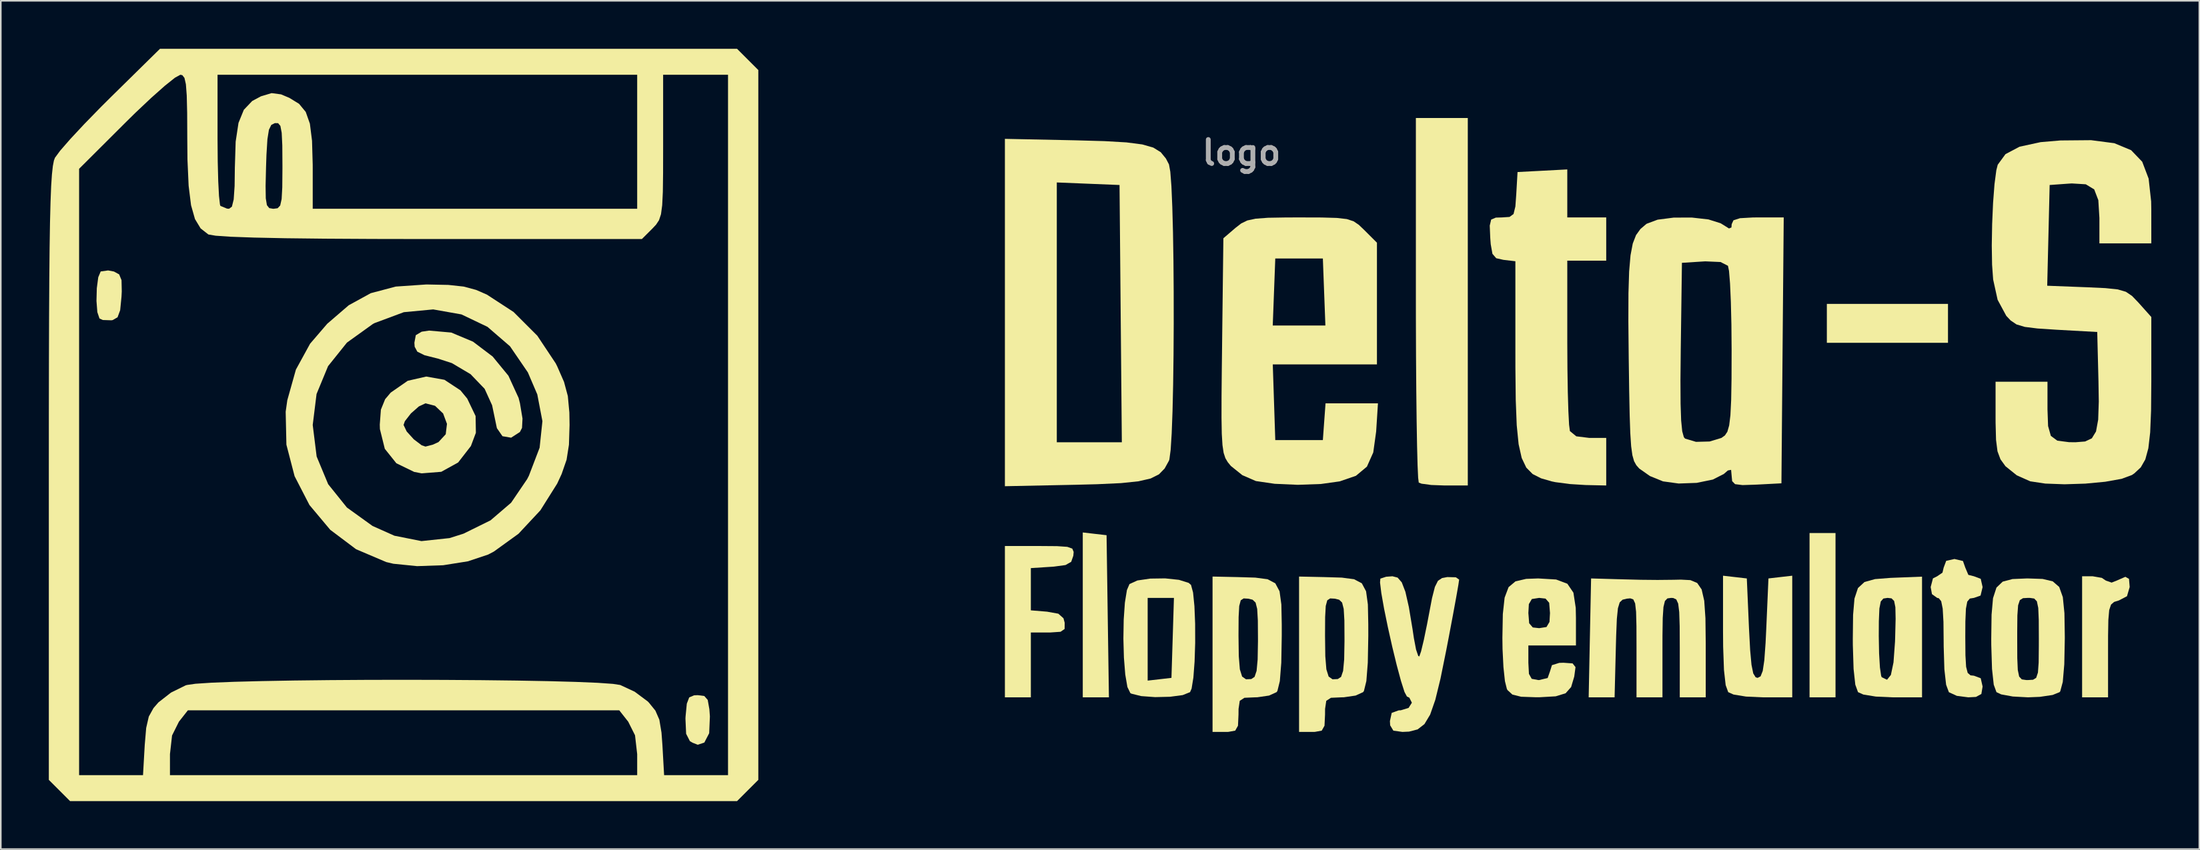
<source format=kicad_pcb>
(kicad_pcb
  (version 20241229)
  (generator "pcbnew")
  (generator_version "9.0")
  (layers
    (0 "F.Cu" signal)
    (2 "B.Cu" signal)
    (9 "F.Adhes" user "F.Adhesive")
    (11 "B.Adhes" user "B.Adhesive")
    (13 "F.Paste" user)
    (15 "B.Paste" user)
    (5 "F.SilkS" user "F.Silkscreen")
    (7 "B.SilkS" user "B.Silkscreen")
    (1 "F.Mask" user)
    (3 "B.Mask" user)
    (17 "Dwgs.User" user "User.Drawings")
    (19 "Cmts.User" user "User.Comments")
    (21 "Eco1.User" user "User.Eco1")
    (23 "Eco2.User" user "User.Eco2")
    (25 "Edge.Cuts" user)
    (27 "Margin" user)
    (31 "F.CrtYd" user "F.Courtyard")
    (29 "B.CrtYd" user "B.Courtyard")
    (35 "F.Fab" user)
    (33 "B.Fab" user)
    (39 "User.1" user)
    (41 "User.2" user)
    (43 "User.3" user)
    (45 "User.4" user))
  (footprint "logo"
    (layer "F.Cu")
    (at 68.904 23.509)
    (property "Reference" "logo" (at 5.588 -17.018 0) (layer "F.Fab") (effects (font (size 1.5 1.5) (thickness 0.3))))
    (attr board_only exclude_from_pos_files exclude_from_bom)
    (fp_poly (pts (xy -3.58 6.805) (xy -2.837 6.89) (xy -2.764 11.957) (xy -2.69 17.023) (xy -3.507 17.023) (xy -4.323 17.023) (xy -4.323 11.871) (xy -4.323 6.719)) (stroke (width 0) (type solid)) (fill yes) (layer "F.SilkS"))
    (fp_poly (pts (xy 42.694 11.889) (xy 42.694 17.023) (xy 41.883 17.023) (xy 41.072 17.023) (xy 41.072 11.889) (xy 41.072 6.755) (xy 41.883 6.755) (xy 42.694 6.755)) (stroke (width 0) (type solid)) (fill yes) (layer "F.SilkS"))
    (fp_poly (pts (xy 49.719 -6.35) (xy 49.719 -5.134) (xy 45.936 -5.134) (xy 42.153 -5.134) (xy 42.153 -6.35) (xy 42.153 -7.566) (xy 45.936 -7.566) (xy 49.719 -7.566)) (stroke (width 0) (type solid)) (fill yes) (layer "F.SilkS"))
    (fp_poly (pts (xy -27.964 16.94) (xy -27.749 17.186) (xy -27.646 17.766) (xy -27.613 18.213) (xy -27.658 19.267) (xy -27.961 19.851) (xy -28.372 19.987) (xy -28.691 19.862) (xy -28.862 19.763) (xy -29.098 19.301) (xy -29.14 18.349) (xy -29.132 18.213) (xy -29.055 17.419) (xy -28.905 17.027) (xy -28.601 16.898) (xy -28.372 16.888)) (stroke (width 0) (type solid)) (fill yes) (layer "F.SilkS"))
    (fp_poly (pts (xy 19.726 -7.701) (xy 19.726 3.783) (xy 18.284 3.783) (xy 17.443 3.752) (xy 16.84 3.671) (xy 16.663 3.603) (xy 16.625 3.303) (xy 16.589 2.519) (xy 16.557 1.309) (xy 16.53 -0.27) (xy 16.508 -2.16) (xy 16.492 -4.306) (xy 16.484 -6.649) (xy 16.483 -7.881) (xy 16.483 -19.185) (xy 18.104 -19.185) (xy 19.726 -19.185)) (stroke (width 0) (type solid)) (fill yes) (layer "F.SilkS"))
    (fp_poly (pts (xy -64.835 -9.588) (xy -64.511 -9.41) (xy -64.363 -9.048) (xy -64.348 -8.351) (xy -64.365 -8.016) (xy -64.448 -7.172) (xy -64.611 -6.73) (xy -64.912 -6.556) (xy -64.997 -6.541) (xy -65.534 -6.559) (xy -65.74 -6.654) (xy -65.874 -7.051) (xy -65.928 -7.752) (xy -65.907 -8.548) (xy -65.817 -9.231) (xy -65.665 -9.591) (xy -65.659 -9.594) (xy -65.202 -9.657)) (stroke (width 0) (type solid)) (fill yes) (layer "F.SilkS"))
    (fp_poly (pts (xy 59.328 9.557) (xy 59.582 9.728) (xy 59.941 9.852) (xy 60.256 9.728) (xy 60.798 9.491) (xy 61.025 9.62) (xy 61.068 10.128) (xy 60.899 10.704) (xy 60.393 10.968) (xy 60.096 11.061) (xy 59.903 11.228) (xy 59.789 11.569) (xy 59.735 12.186) (xy 59.718 13.176) (xy 59.717 14.08) (xy 59.717 17.023) (xy 58.906 17.023) (xy 58.096 17.023) (xy 58.096 13.24) (xy 58.096 9.457) (xy 58.755 9.457)) (stroke (width 0) (type solid)) (fill yes) (layer "F.SilkS"))
    (fp_poly (pts (xy -43.768 -5.775) (xy -42.41 -5.206) (xy -41.183 -4.277) (xy -40.198 -3.077) (xy -39.563 -1.693) (xy -39.477 -1.356) (xy -39.318 -0.399) (xy -39.348 0.185) (xy -39.48 0.44) (xy -40.029 0.796) (xy -40.57 0.703) (xy -40.916 0.202) (xy -40.932 0.135) (xy -41.105 -0.697) (xy -41.216 -1.229) (xy -41.684 -2.259) (xy -42.564 -3.175) (xy -43.729 -3.865) (xy -44.585 -4.142) (xy -45.44 -4.359) (xy -45.887 -4.58) (xy -46.054 -4.889) (xy -46.071 -5.14) (xy -45.983 -5.61) (xy -45.615 -5.829) (xy -45.15 -5.897)) (stroke (width 0) (type solid)) (fill yes) (layer "F.SilkS"))
    (fp_poly (pts (xy 39.991 13.222) (xy 39.991 17.023) (xy 38.154 17.023) (xy 37.104 16.976) (xy 36.326 16.849) (xy 35.992 16.699) (xy 35.833 16.262) (xy 35.727 15.317) (xy 35.675 13.852) (xy 35.668 12.898) (xy 35.668 9.422) (xy 36.411 9.507) (xy 37.154 9.593) (xy 37.289 12.7) (xy 37.362 14.075) (xy 37.446 14.991) (xy 37.556 15.529) (xy 37.706 15.771) (xy 37.83 15.807) (xy 38.013 15.712) (xy 38.148 15.372) (xy 38.247 14.706) (xy 38.325 13.633) (xy 38.37 12.7) (xy 38.505 9.593) (xy 39.248 9.507) (xy 39.991 9.422)) (stroke (width 0) (type solid)) (fill yes) (layer "F.SilkS"))
    (fp_poly (pts (xy -5.93 7.574) (xy -5.289 7.618) (xy -4.978 7.728) (xy -4.892 7.935) (xy -4.913 8.174) (xy -5.046 8.554) (xy -5.402 8.756) (xy -6.13 8.854) (xy -6.282 8.864) (xy -7.566 8.947) (xy -7.566 10.267) (xy -7.566 11.587) (xy -6.553 11.67) (xy -5.85 11.796) (xy -5.528 12.082) (xy -5.453 12.362) (xy -5.457 12.751) (xy -5.71 12.926) (xy -6.347 12.97) (xy -6.466 12.97) (xy -7.566 12.97) (xy -7.566 14.997) (xy -7.566 17.023) (xy -8.377 17.023) (xy -9.187 17.023) (xy -9.187 12.295) (xy -9.187 7.566) (xy -7.007 7.566)) (stroke (width 0) (type solid)) (fill yes) (layer "F.SilkS"))
    (fp_poly (pts (xy -44.195 -2.823) (xy -43.195 -2.164) (xy -42.771 -1.649) (xy -42.248 -0.557) (xy -42.23 0.489) (xy -42.541 1.317) (xy -43.338 2.346) (xy -44.392 2.928) (xy -45.618 3.025) (xy -46.086 2.934) (xy -47.197 2.394) (xy -47.919 1.491) (xy -48.224 0.261) (xy -48.232 0) (xy -46.747 0) (xy -46.552 0.407) (xy -46.107 0.898) (xy -45.617 1.27) (xy -45.378 1.351) (xy -44.922 1.233) (xy -44.567 1.071) (xy -44.114 0.582) (xy -44.036 -0.069) (xy -44.277 -0.717) (xy -44.783 -1.198) (xy -45.378 -1.351) (xy -45.79 -1.159) (xy -46.288 -0.72) (xy -46.665 -0.236) (xy -46.747 0) (xy -48.232 0) (xy -48.233 -0.016) (xy -48.163 -0.957) (xy -47.9 -1.607) (xy -47.55 -2.022) (xy -46.486 -2.761) (xy -45.33 -3.025)) (stroke (width 0) (type solid)) (fill yes) (layer "F.SilkS"))
    (fp_poly (pts (xy 1.683 9.68) (xy 2.29 9.87) (xy 2.438 9.998) (xy 2.566 10.472) (xy 2.651 11.325) (xy 2.695 12.421) (xy 2.698 13.621) (xy 2.661 14.789) (xy 2.586 15.787) (xy 2.475 16.476) (xy 2.378 16.699) (xy 1.921 16.883) (xy 1.127 16.988) (xy 0.195 17.01) (xy -0.676 16.946) (xy -1.289 16.793) (xy -1.351 16.759) (xy -1.535 16.381) (xy -1.669 15.599) (xy -1.753 14.546) (xy -1.786 13.358) (xy -1.766 12.167) (xy -1.693 11.109) (xy -1.645 10.809) (xy -0.27 10.809) (xy -0.27 13.393) (xy -0.27 15.978) (xy 0.473 15.893) (xy 1.216 15.807) (xy 1.294 13.308) (xy 1.371 10.809) (xy 0.551 10.809) (xy -0.27 10.809) (xy -1.645 10.809) (xy -1.565 10.316) (xy -1.405 9.944) (xy -0.909 9.719) (xy -0.104 9.602) (xy 0.822 9.589)) (stroke (width 0) (type solid)) (fill yes) (layer "F.SilkS"))
    (fp_poly (pts (xy 48.098 13.252) (xy 48.098 17.023) (xy 46.26 17.023) (xy 45.211 16.976) (xy 44.432 16.849) (xy 44.099 16.699) (xy 43.93 16.234) (xy 43.822 15.247) (xy 43.776 13.752) (xy 43.774 13.355) (xy 43.776 13.195) (xy 45.396 13.195) (xy 45.416 14.284) (xy 45.468 15.158) (xy 45.545 15.683) (xy 45.582 15.768) (xy 45.911 15.924) (xy 46.153 15.623) (xy 46.316 14.841) (xy 46.41 13.551) (xy 46.419 13.286) (xy 46.448 12.12) (xy 46.433 11.391) (xy 46.354 10.998) (xy 46.193 10.838) (xy 45.946 10.809) (xy 45.683 10.848) (xy 45.52 11.034) (xy 45.434 11.472) (xy 45.401 12.266) (xy 45.396 13.195) (xy 43.776 13.195) (xy 43.791 11.876) (xy 43.878 10.851) (xy 44.096 10.193) (xy 44.504 9.816) (xy 45.16 9.634) (xy 46.123 9.558) (xy 46.369 9.548) (xy 48.098 9.481)) (stroke (width 0) (type solid)) (fill yes) (layer "F.SilkS"))
    (fp_poly (pts (xy -4.796 -17.79) (xy -2.965 -17.739) (xy -1.595 -17.66) (xy -0.606 -17.532) (xy 0.081 -17.335) (xy 0.547 -17.047) (xy 0.871 -16.65) (xy 1.062 -16.282) (xy 1.144 -15.829) (xy 1.214 -14.917) (xy 1.269 -13.628) (xy 1.312 -12.042) (xy 1.341 -10.241) (xy 1.356 -8.307) (xy 1.358 -6.32) (xy 1.346 -4.361) (xy 1.321 -2.513) (xy 1.283 -0.857) (xy 1.231 0.527) (xy 1.166 1.557) (xy 1.087 2.152) (xy 1.062 2.231) (xy 0.791 2.721) (xy 0.436 3.086) (xy -0.084 3.346) (xy -0.847 3.522) (xy -1.934 3.635) (xy -3.423 3.704) (xy -4.796 3.739) (xy -9.187 3.829) (xy -9.187 -7.026) (xy -9.187 -15.156) (xy -5.945 -15.156) (xy -5.945 -7.037) (xy -5.945 1.081) (xy -3.914 1.081) (xy -1.883 1.081) (xy -1.955 -6.958) (xy -2.027 -14.997) (xy -3.986 -15.076) (xy -5.945 -15.156) (xy -9.187 -15.156) (xy -9.187 -17.881)) (stroke (width 0) (type solid)) (fill yes) (layer "F.SilkS"))
    (fp_poly (pts (xy 50.654 8.503) (xy 50.8 8.917) (xy 50.991 9.369) (xy 51.34 9.457) (xy 51.764 9.616) (xy 51.881 10.133) (xy 51.754 10.663) (xy 51.34 10.809) (xy 51.084 10.849) (xy 50.924 11.04) (xy 50.839 11.483) (xy 50.805 12.282) (xy 50.8 13.24) (xy 50.809 14.396) (xy 50.851 15.114) (xy 50.95 15.497) (xy 51.127 15.649) (xy 51.34 15.672) (xy 51.764 15.831) (xy 51.881 16.348) (xy 51.804 16.814) (xy 51.467 16.998) (xy 50.989 17.023) (xy 50.273 16.931) (xy 49.781 16.706) (xy 49.773 16.699) (xy 49.602 16.235) (xy 49.493 15.267) (xy 49.45 13.828) (xy 49.449 13.592) (xy 49.436 12.31) (xy 49.389 11.481) (xy 49.295 11.016) (xy 49.142 10.827) (xy 49.044 10.809) (xy 48.718 10.574) (xy 48.638 10.133) (xy 48.779 9.59) (xy 49.044 9.457) (xy 49.374 9.232) (xy 49.449 8.917) (xy 49.607 8.493) (xy 50.124 8.377)) (stroke (width 0) (type solid)) (fill yes) (layer "F.SilkS"))
    (fp_poly (pts (xy 29.183 9.643) (xy 30.528 9.677) (xy 31.578 9.687) (xy 32.579 9.677) (xy 33.026 9.667) (xy 33.629 9.698) (xy 34.054 9.876) (xy 34.332 10.28) (xy 34.494 10.987) (xy 34.569 12.075) (xy 34.587 13.623) (xy 34.587 13.679) (xy 34.587 17.023) (xy 33.777 17.023) (xy 32.966 17.023) (xy 32.966 13.916) (xy 32.96 12.581) (xy 32.932 11.695) (xy 32.867 11.166) (xy 32.747 10.903) (xy 32.558 10.816) (xy 32.426 10.809) (xy 32.193 10.841) (xy 32.039 11.001) (xy 31.947 11.379) (xy 31.902 12.067) (xy 31.886 13.156) (xy 31.885 13.916) (xy 31.885 17.023) (xy 31.074 17.023) (xy 30.264 17.023) (xy 30.264 13.897) (xy 30.26 12.561) (xy 30.237 11.676) (xy 30.178 11.153) (xy 30.063 10.903) (xy 29.876 10.837) (xy 29.656 10.857) (xy 29.392 10.922) (xy 29.214 11.09) (xy 29.103 11.456) (xy 29.036 12.118) (xy 28.993 13.169) (xy 28.971 13.984) (xy 28.895 17.023) (xy 28.086 17.023) (xy 27.276 17.023) (xy 27.351 13.308) (xy 27.427 9.593)) (stroke (width 0) (type solid)) (fill yes) (layer "F.SilkS"))
    (fp_poly (pts (xy 5.337 9.508) (xy 6.452 9.541) (xy 7.219 9.642) (xy 7.703 9.898) (xy 7.968 10.395) (xy 8.081 11.22) (xy 8.106 12.46) (xy 8.106 13.18) (xy 8.076 14.859) (xy 7.986 16.007) (xy 7.835 16.623) (xy 7.782 16.699) (xy 7.313 16.913) (xy 6.577 17.02) (xy 6.431 17.023) (xy 5.774 17.052) (xy 5.482 17.241) (xy 5.407 17.747) (xy 5.404 18.104) (xy 5.372 18.797) (xy 5.199 19.105) (xy 4.768 19.183) (xy 4.594 19.185) (xy 3.783 19.185) (xy 3.783 14.33) (xy 3.783 13.177) (xy 5.404 13.177) (xy 5.421 14.451) (xy 5.488 15.272) (xy 5.63 15.725) (xy 5.873 15.896) (xy 6.202 15.881) (xy 6.407 15.745) (xy 6.534 15.37) (xy 6.6 14.658) (xy 6.62 13.514) (xy 6.62 13.372) (xy 6.612 12.218) (xy 6.571 11.497) (xy 6.471 11.101) (xy 6.285 10.923) (xy 6.012 10.857) (xy 5.723 10.841) (xy 5.544 10.961) (xy 5.449 11.316) (xy 5.411 12.008) (xy 5.404 13.138) (xy 5.404 13.177) (xy 3.783 13.177) (xy 3.783 9.475)) (stroke (width 0) (type solid)) (fill yes) (layer "F.SilkS"))
    (fp_poly (pts (xy 10.741 9.508) (xy 11.857 9.541) (xy 12.624 9.642) (xy 13.107 9.898) (xy 13.372 10.395) (xy 13.485 11.22) (xy 13.51 12.46) (xy 13.511 13.18) (xy 13.48 14.859) (xy 13.39 16.007) (xy 13.239 16.623) (xy 13.186 16.699) (xy 12.718 16.913) (xy 11.981 17.02) (xy 11.835 17.023) (xy 11.178 17.052) (xy 10.886 17.241) (xy 10.811 17.747) (xy 10.809 18.104) (xy 10.776 18.797) (xy 10.603 19.105) (xy 10.172 19.183) (xy 9.998 19.185) (xy 9.187 19.185) (xy 9.187 14.33) (xy 9.187 13.177) (xy 10.809 13.177) (xy 10.825 14.451) (xy 10.892 15.272) (xy 11.034 15.725) (xy 11.277 15.896) (xy 11.606 15.881) (xy 11.811 15.745) (xy 11.938 15.37) (xy 12.004 14.658) (xy 12.024 13.514) (xy 12.024 13.372) (xy 12.017 12.218) (xy 11.975 11.497) (xy 11.875 11.101) (xy 11.69 10.923) (xy 11.416 10.857) (xy 11.127 10.841) (xy 10.948 10.961) (xy 10.853 11.316) (xy 10.815 12.008) (xy 10.809 13.138) (xy 10.809 13.177) (xy 9.187 13.177) (xy 9.187 9.475)) (stroke (width 0) (type solid)) (fill yes) (layer "F.SilkS"))
    (fp_poly (pts (xy 25.94 -14.47) (xy 25.94 -12.97) (xy 27.156 -12.97) (xy 28.372 -12.97) (xy 28.372 -11.619) (xy 28.372 -10.268) (xy 27.156 -10.268) (xy 25.94 -10.268) (xy 25.94 -5.156) (xy 25.949 -3.525) (xy 25.972 -2.063) (xy 26.008 -0.863) (xy 26.052 -0.017) (xy 26.104 0.382) (xy 26.104 0.383) (xy 26.502 0.71) (xy 27.32 0.811) (xy 28.372 0.811) (xy 28.372 2.297) (xy 28.372 3.783) (xy 27.089 3.755) (xy 26.107 3.694) (xy 25.202 3.576) (xy 24.971 3.528) (xy 24.3 3.334) (xy 23.776 3.068) (xy 23.379 2.666) (xy 23.093 2.066) (xy 22.9 1.204) (xy 22.782 0.018) (xy 22.721 -1.556) (xy 22.699 -3.581) (xy 22.698 -4.567) (xy 22.698 -10.232) (xy 21.955 -10.318) (xy 21.5 -10.421) (xy 21.265 -10.695) (xy 21.159 -11.292) (xy 21.129 -11.687) (xy 21.097 -12.46) (xy 21.186 -12.836) (xy 21.477 -12.959) (xy 21.858 -12.97) (xy 22.332 -13.001) (xy 22.583 -13.184) (xy 22.698 -13.655) (xy 22.751 -14.389) (xy 22.833 -15.807) (xy 24.387 -15.888) (xy 25.94 -15.97)) (stroke (width 0) (type solid)) (fill yes) (layer "F.SilkS"))
    (fp_poly (pts (xy 15.342 9.54) (xy 15.602 9.838) (xy 15.828 10.426) (xy 16.044 11.378) (xy 16.276 12.77) (xy 16.358 13.32) (xy 16.494 14.036) (xy 16.631 14.437) (xy 16.696 14.469) (xy 16.807 14.153) (xy 16.98 13.434) (xy 17.184 12.443) (xy 17.276 11.957) (xy 17.491 10.827) (xy 17.67 10.124) (xy 17.862 9.74) (xy 18.118 9.569) (xy 18.446 9.507) (xy 18.981 9.521) (xy 19.185 9.665) (xy 19.136 10.002) (xy 19.001 10.773) (xy 18.798 11.88) (xy 18.544 13.228) (xy 18.381 14.074) (xy 18.019 15.861) (xy 17.696 17.181) (xy 17.375 18.103) (xy 17.019 18.695) (xy 16.593 19.027) (xy 16.058 19.166) (xy 15.642 19.185) (xy 15.077 19.106) (xy 14.877 18.773) (xy 14.862 18.51) (xy 14.973 17.995) (xy 15.413 17.837) (xy 15.537 17.834) (xy 16.027 17.685) (xy 16.233 17.36) (xy 16.074 17.044) (xy 15.924 16.972) (xy 15.773 16.691) (xy 15.552 15.997) (xy 15.286 15.009) (xy 15.004 13.848) (xy 14.732 12.631) (xy 14.496 11.479) (xy 14.325 10.51) (xy 14.244 9.843) (xy 14.265 9.604) (xy 14.623 9.487) (xy 15.019 9.457)) (stroke (width 0) (type solid)) (fill yes) (layer "F.SilkS"))
    (fp_poly (pts (xy 25.242 9.659) (xy 25.945 9.924) (xy 26.323 10.481) (xy 26.468 11.428) (xy 26.481 12.058) (xy 26.481 13.781) (xy 24.995 13.781) (xy 23.509 13.781) (xy 23.509 14.862) (xy 23.545 15.558) (xy 23.719 15.868) (xy 24.125 15.942) (xy 24.184 15.943) (xy 24.714 15.816) (xy 24.86 15.402) (xy 24.981 15.013) (xy 25.438 14.87) (xy 25.704 14.862) (xy 26.273 14.903) (xy 26.454 15.136) (xy 26.375 15.726) (xy 26.18 16.381) (xy 25.835 16.77) (xy 25.217 16.96) (xy 24.206 17.018) (xy 23.991 17.019) (xy 23.055 16.986) (xy 22.51 16.85) (xy 22.208 16.572) (xy 22.167 16.501) (xy 22.046 16.014) (xy 21.952 15.133) (xy 21.896 14.007) (xy 21.887 13.31) (xy 21.914 11.823) (xy 21.921 11.754) (xy 23.509 11.754) (xy 23.559 12.394) (xy 23.786 12.656) (xy 24.184 12.7) (xy 24.641 12.629) (xy 24.828 12.311) (xy 24.86 11.754) (xy 24.809 11.115) (xy 24.582 10.853) (xy 24.184 10.809) (xy 23.727 10.879) (xy 23.54 11.197) (xy 23.509 11.754) (xy 21.921 11.754) (xy 22.026 10.793) (xy 22.273 10.137) (xy 22.705 9.774) (xy 23.372 9.62) (xy 24.121 9.593)) (stroke (width 0) (type solid)) (fill yes) (layer "F.SilkS"))
    (fp_poly (pts (xy 55.629 9.624) (xy 56.262 9.774) (xy 56.666 10.125) (xy 56.892 10.761) (xy 56.992 11.764) (xy 57.015 13.218) (xy 57.015 13.355) (xy 56.983 14.96) (xy 56.889 16.061) (xy 56.733 16.642) (xy 56.691 16.699) (xy 56.254 16.876) (xy 55.459 16.993) (xy 54.718 17.023) (xy 53.769 16.972) (xy 53.041 16.839) (xy 52.746 16.699) (xy 52.577 16.234) (xy 52.469 15.247) (xy 52.423 13.752) (xy 52.421 13.376) (xy 54.043 13.376) (xy 54.047 14.565) (xy 54.079 15.315) (xy 54.165 15.727) (xy 54.331 15.902) (xy 54.604 15.942) (xy 54.718 15.943) (xy 55.031 15.925) (xy 55.228 15.804) (xy 55.337 15.478) (xy 55.383 14.848) (xy 55.393 13.81) (xy 55.394 13.376) (xy 55.389 12.186) (xy 55.357 11.436) (xy 55.271 11.024) (xy 55.105 10.849) (xy 54.832 10.809) (xy 54.718 10.809) (xy 54.405 10.826) (xy 54.208 10.947) (xy 54.099 11.273) (xy 54.053 11.904) (xy 54.043 12.941) (xy 54.043 13.376) (xy 52.421 13.376) (xy 52.421 13.355) (xy 52.441 11.862) (xy 52.532 10.826) (xy 52.747 10.164) (xy 53.135 9.793) (xy 53.747 9.631) (xy 54.635 9.593) (xy 54.718 9.593)) (stroke (width 0) (type solid)) (fill yes) (layer "F.SilkS"))
    (fp_poly (pts (xy 10.595 -12.966) (xy 11.539 -12.939) (xy 12.167 -12.868) (xy 12.591 -12.73) (xy 12.923 -12.504) (xy 13.261 -12.18) (xy 14.051 -11.391) (xy 14.051 -7.587) (xy 14.051 -3.783) (xy 10.798 -3.783) (xy 7.545 -3.783) (xy 7.623 -1.419) (xy 7.701 0.946) (xy 9.187 0.946) (xy 10.673 0.946) (xy 10.756 -0.203) (xy 10.84 -1.351) (xy 12.477 -1.351) (xy 14.114 -1.351) (xy 14.002 0.411) (xy 13.821 1.718) (xy 13.425 2.605) (xy 12.74 3.177) (xy 11.727 3.526) (xy 10.551 3.69) (xy 9.109 3.741) (xy 7.665 3.678) (xy 6.489 3.506) (xy 5.643 3.138) (xy 4.925 2.561) (xy 4.923 2.558) (xy 4.73 2.322) (xy 4.583 2.073) (xy 4.475 1.742) (xy 4.403 1.259) (xy 4.36 0.555) (xy 4.343 -0.44) (xy 4.345 -1.793) (xy 4.362 -3.575) (xy 4.378 -4.918) (xy 4.393 -6.215) (xy 7.543 -6.215) (xy 9.187 -6.215) (xy 10.831 -6.215) (xy 10.752 -8.309) (xy 10.673 -10.403) (xy 9.187 -10.403) (xy 7.701 -10.403) (xy 7.622 -8.309) (xy 7.543 -6.215) (xy 4.393 -6.215) (xy 4.459 -11.667) (xy 5.217 -12.318) (xy 5.574 -12.595) (xy 5.956 -12.781) (xy 6.475 -12.892) (xy 7.244 -12.949) (xy 8.377 -12.968) (xy 9.223 -12.97)) (stroke (width 0) (type solid)) (fill yes) (layer "F.SilkS"))
    (fp_poly (pts (xy -43.948 -8.752) (xy -42.993 -8.649) (xy -42.216 -8.44) (xy -41.545 -8.148) (xy -39.875 -7.06) (xy -38.394 -5.579) (xy -37.245 -3.852) (xy -37.152 -3.667) (xy -36.724 -2.69) (xy -36.487 -1.807) (xy -36.391 -0.775) (xy -36.379 0) (xy -36.417 1.234) (xy -36.565 2.175) (xy -36.874 3.067) (xy -37.152 3.667) (xy -38.201 5.336) (xy -39.568 6.801) (xy -41.106 7.912) (xy -41.47 8.103) (xy -42.725 8.522) (xy -44.276 8.768) (xy -45.902 8.824) (xy -47.381 8.675) (xy -47.829 8.569) (xy -49.713 7.767) (xy -51.328 6.552) (xy -52.625 5.004) (xy -53.553 3.204) (xy -54.065 1.233) (xy -54.092 0) (xy -52.421 0) (xy -52.176 1.972) (xy -51.456 3.703) (xy -50.286 5.16) (xy -48.687 6.312) (xy -47.319 6.923) (xy -45.628 7.259) (xy -43.874 7.071) (xy -42.999 6.793) (xy -41.315 5.962) (xy -40.03 4.861) (xy -39.03 3.389) (xy -38.919 3.174) (xy -38.249 1.422) (xy -38.074 -0.236) (xy -38.394 -1.909) (xy -38.984 -3.286) (xy -40.1 -4.918) (xy -41.507 -6.133) (xy -43.13 -6.908) (xy -44.896 -7.221) (xy -46.73 -7.048) (xy -48.558 -6.367) (xy -48.668 -6.308) (xy -50.283 -5.147) (xy -51.462 -3.676) (xy -52.182 -1.934) (xy -52.421 0) (xy -54.092 0) (xy -54.11 -0.829) (xy -54.009 -1.545) (xy -53.472 -3.459) (xy -52.586 -5.077) (xy -51.517 -6.322) (xy -50.173 -7.48) (xy -48.795 -8.236) (xy -47.234 -8.649) (xy -45.336 -8.779) (xy -45.261 -8.779)) (stroke (width 0) (type solid)) (fill yes) (layer "F.SilkS"))
    (fp_poly (pts (xy 39.387 -4.661) (xy 39.316 3.648) (xy 37.762 3.729) (xy 36.887 3.758) (xy 36.421 3.7) (xy 36.238 3.512) (xy 36.209 3.214) (xy 36.172 2.806) (xy 35.972 2.844) (xy 35.716 3.064) (xy 35.031 3.413) (xy 34.023 3.62) (xy 32.895 3.66) (xy 31.92 3.526) (xy 31.102 3.193) (xy 30.434 2.723) (xy 30.251 2.516) (xy 30.111 2.262) (xy 30.006 1.89) (xy 29.929 1.329) (xy 29.875 0.509) (xy 29.836 -0.639) (xy 29.805 -2.187) (xy 29.797 -2.796) (xy 33.009 -2.796) (xy 33.017 -1.327) (xy 33.052 -0.283) (xy 33.119 0.394) (xy 33.22 0.76) (xy 33.298 0.854) (xy 33.98 1.056) (xy 34.83 1.034) (xy 35.568 0.811) (xy 35.784 0.656) (xy 35.939 0.423) (xy 36.052 0.027) (xy 36.129 -0.606) (xy 36.176 -1.553) (xy 36.199 -2.889) (xy 36.204 -4.68) (xy 36.191 -6.273) (xy 36.157 -7.69) (xy 36.106 -8.838) (xy 36.042 -9.624) (xy 35.976 -9.947) (xy 35.514 -10.183) (xy 34.562 -10.225) (xy 34.426 -10.217) (xy 33.101 -10.133) (xy 33.028 -4.748) (xy 33.009 -2.796) (xy 29.797 -2.796) (xy 29.777 -4.203) (xy 29.777 -4.24) (xy 29.755 -6.476) (xy 29.761 -8.238) (xy 29.803 -9.592) (xy 29.89 -10.604) (xy 30.03 -11.339) (xy 30.234 -11.865) (xy 30.509 -12.246) (xy 30.864 -12.549) (xy 30.902 -12.576) (xy 31.583 -12.83) (xy 32.588 -12.959) (xy 33.713 -12.963) (xy 34.757 -12.845) (xy 35.517 -12.606) (xy 35.608 -12.55) (xy 36.042 -12.28) (xy 36.193 -12.343) (xy 36.209 -12.55) (xy 36.32 -12.791) (xy 36.728 -12.922) (xy 37.538 -12.968) (xy 37.834 -12.97) (xy 39.459 -12.97)) (stroke (width 0) (type solid)) (fill yes) (layer "F.SilkS"))
    (fp_poly (pts (xy 60.109 -17.609) (xy 61.156 -17.174) (xy 61.851 -16.451) (xy 62.251 -15.397) (xy 62.409 -13.97) (xy 62.418 -13.443) (xy 62.419 -11.349) (xy 60.798 -11.349) (xy 59.177 -11.349) (xy 59.177 -12.937) (xy 59.109 -14.05) (xy 58.852 -14.722) (xy 58.326 -15.041) (xy 57.453 -15.094) (xy 57.238 -15.081) (xy 56.069 -14.997) (xy 55.993 -11.849) (xy 55.917 -8.701) (xy 58.38 -8.606) (xy 59.553 -8.552) (xy 60.325 -8.471) (xy 60.833 -8.322) (xy 61.215 -8.063) (xy 61.61 -7.653) (xy 61.631 -7.629) (xy 62.419 -6.747) (xy 62.419 -2.715) (xy 62.404 -0.896) (xy 62.348 0.467) (xy 62.234 1.457) (xy 62.044 2.156) (xy 61.762 2.649) (xy 61.369 3.017) (xy 61.21 3.128) (xy 60.565 3.367) (xy 59.541 3.55) (xy 58.299 3.667) (xy 56.997 3.708) (xy 55.797 3.664) (xy 54.857 3.523) (xy 54.017 3.149) (xy 53.309 2.58) (xy 53.304 2.573) (xy 52.996 2.145) (xy 52.811 1.647) (xy 52.72 0.932) (xy 52.692 -0.147) (xy 52.691 -0.42) (xy 52.691 -2.702) (xy 54.313 -2.702) (xy 55.934 -2.702) (xy 55.934 -0.975) (xy 55.971 0.068) (xy 56.144 0.683) (xy 56.548 0.982) (xy 57.278 1.076) (xy 57.679 1.081) (xy 58.286 1.033) (xy 58.704 0.836) (xy 58.965 0.408) (xy 59.1 -0.33) (xy 59.138 -1.46) (xy 59.118 -2.741) (xy 59.041 -5.81) (xy 56.514 -5.95) (xy 55.309 -6.029) (xy 54.514 -6.128) (xy 53.998 -6.283) (xy 53.632 -6.531) (xy 53.36 -6.819) (xy 52.819 -7.821) (xy 52.54 -9.089) (xy 52.473 -10.015) (xy 52.454 -11.217) (xy 52.477 -12.553) (xy 52.535 -13.877) (xy 52.624 -15.047) (xy 52.738 -15.917) (xy 52.826 -16.264) (xy 53.311 -16.926) (xy 54.189 -17.39) (xy 55.507 -17.676) (xy 56.745 -17.781) (xy 58.657 -17.798)) (stroke (width 0) (type solid)) (fill yes) (layer "F.SilkS"))
    (fp_poly (pts (xy -25.253 -22.845) (xy -24.589 -22.182) (xy -24.589 0) (xy -24.589 22.182) (xy -25.253 22.845) (xy -25.916 23.509) (xy -46.747 23.509) (xy -67.578 23.509) (xy -68.241 22.845) (xy -68.904 22.182) (xy -68.904 21.887) (xy -67.013 21.887) (xy -65.017 21.887) (xy -63.021 21.887) (xy -61.338 21.887) (xy -46.747 21.887) (xy -32.155 21.887) (xy -32.155 20.573) (xy -32.29 19.395) (xy -32.715 18.546) (xy -33.275 17.834) (xy -46.747 17.834) (xy -60.218 17.834) (xy -60.778 18.546) (xy -61.207 19.407) (xy -61.338 20.573) (xy -61.338 21.887) (xy -63.021 21.887) (xy -62.914 20.005) (xy -62.823 18.935) (xy -62.66 18.225) (xy -62.367 17.695) (xy -62.06 17.341) (xy -61.274 16.727) (xy -60.361 16.277) (xy -60.28 16.252) (xy -59.75 16.175) (xy -58.747 16.109) (xy -57.339 16.053) (xy -55.595 16.008) (xy -53.583 15.972) (xy -51.371 15.947) (xy -49.026 15.932) (xy -46.617 15.928) (xy -44.212 15.934) (xy -41.878 15.95) (xy -39.684 15.976) (xy -37.697 16.012) (xy -35.986 16.059) (xy -34.619 16.116) (xy -33.663 16.183) (xy -33.213 16.252) (xy -32.311 16.672) (xy -31.494 17.281) (xy -31.434 17.341) (xy -31.018 17.853) (xy -30.771 18.42) (xy -30.637 19.223) (xy -30.579 20.005) (xy -30.473 21.887) (xy -28.477 21.887) (xy -26.481 21.887) (xy -26.481 0) (xy -26.481 -21.887) (xy -28.507 -21.887) (xy -30.534 -21.887) (xy -30.534 -17.416) (xy -30.537 -15.765) (xy -30.552 -14.566) (xy -30.593 -13.73) (xy -30.668 -13.169) (xy -30.792 -12.795) (xy -30.974 -12.52) (xy -31.197 -12.282) (xy -31.861 -11.619) (xy -45.131 -11.619) (xy -48.663 -11.625) (xy -51.663 -11.642) (xy -54.137 -11.67) (xy -56.094 -11.711) (xy -57.54 -11.763) (xy -58.483 -11.827) (xy -58.93 -11.903) (xy -58.947 -11.911) (xy -59.423 -12.284) (xy -59.776 -12.868) (xy -60.021 -13.733) (xy -60.172 -14.949) (xy -60.245 -16.585) (xy -60.257 -17.96) (xy -60.264 -19.507) (xy -60.29 -20.592) (xy -60.343 -21.294) (xy -60.433 -21.691) (xy -60.567 -21.861) (xy -60.69 -21.887) (xy -58.366 -21.887) (xy -58.366 -17.879) (xy -58.354 -16.459) (xy -58.323 -15.235) (xy -58.275 -14.307) (xy -58.215 -13.775) (xy -58.186 -13.691) (xy -57.776 -13.521) (xy -57.645 -13.511) (xy -57.469 -13.644) (xy -57.357 -14.097) (xy -57.3 -14.933) (xy -55.365 -14.933) (xy -55.353 -14.165) (xy -55.283 -13.738) (xy -55.137 -13.553) (xy -54.897 -13.511) (xy -54.863 -13.511) (xy -54.613 -13.545) (xy -54.453 -13.715) (xy -54.363 -14.117) (xy -54.323 -14.848) (xy -54.313 -16.007) (xy -54.313 -16.233) (xy -54.321 -17.469) (xy -54.359 -18.258) (xy -54.441 -18.691) (xy -54.584 -18.861) (xy -54.786 -18.864) (xy -55.009 -18.751) (xy -55.157 -18.449) (xy -55.251 -17.859) (xy -55.311 -16.882) (xy -55.336 -16.142) (xy -55.365 -14.933) (xy -57.3 -14.933) (xy -57.3 -14.944) (xy -57.285 -16.091) (xy -57.234 -17.708) (xy -57.057 -18.88) (xy -56.724 -19.697) (xy -56.202 -20.246) (xy -55.657 -20.539) (xy -54.991 -20.739) (xy -54.398 -20.661) (xy -53.882 -20.443) (xy -53.274 -20.07) (xy -52.857 -19.564) (xy -52.598 -18.828) (xy -52.464 -17.763) (xy -52.422 -16.271) (xy -52.421 -16.06) (xy -52.421 -13.511) (xy -42.288 -13.511) (xy -32.155 -13.511) (xy -32.155 -17.699) (xy -32.155 -21.887) (xy -45.261 -21.887) (xy -58.366 -21.887) (xy -60.69 -21.887) (xy -61.023 -21.704) (xy -61.655 -21.2) (xy -62.51 -20.441) (xy -63.512 -19.495) (xy -64.067 -18.948) (xy -67.013 -16.009) (xy -67.013 2.939) (xy -67.013 21.887) (xy -68.904 21.887) (xy -68.904 3.106) (xy -68.903 -0.66) (xy -68.898 -3.923) (xy -68.889 -6.717) (xy -68.875 -9.078) (xy -68.856 -11.043) (xy -68.831 -12.648) (xy -68.798 -13.928) (xy -68.759 -14.92) (xy -68.71 -15.659) (xy -68.653 -16.181) (xy -68.587 -16.523) (xy -68.522 -16.699) (xy -68.201 -17.136) (xy -67.567 -17.864) (xy -66.697 -18.798) (xy -65.667 -19.855) (xy -65.051 -20.469) (xy -61.962 -23.509) (xy -43.939 -23.509) (xy -25.916 -23.509)) (stroke (width 0) (type solid)) (fill yes) (layer "F.SilkS")))
  (gr_rect
    (start -3 -3)
    (end 134.323 50.017)
    (stroke (width 0.1) (type default))
    (fill no)
    (layer "Edge.Cuts")))
</source>
